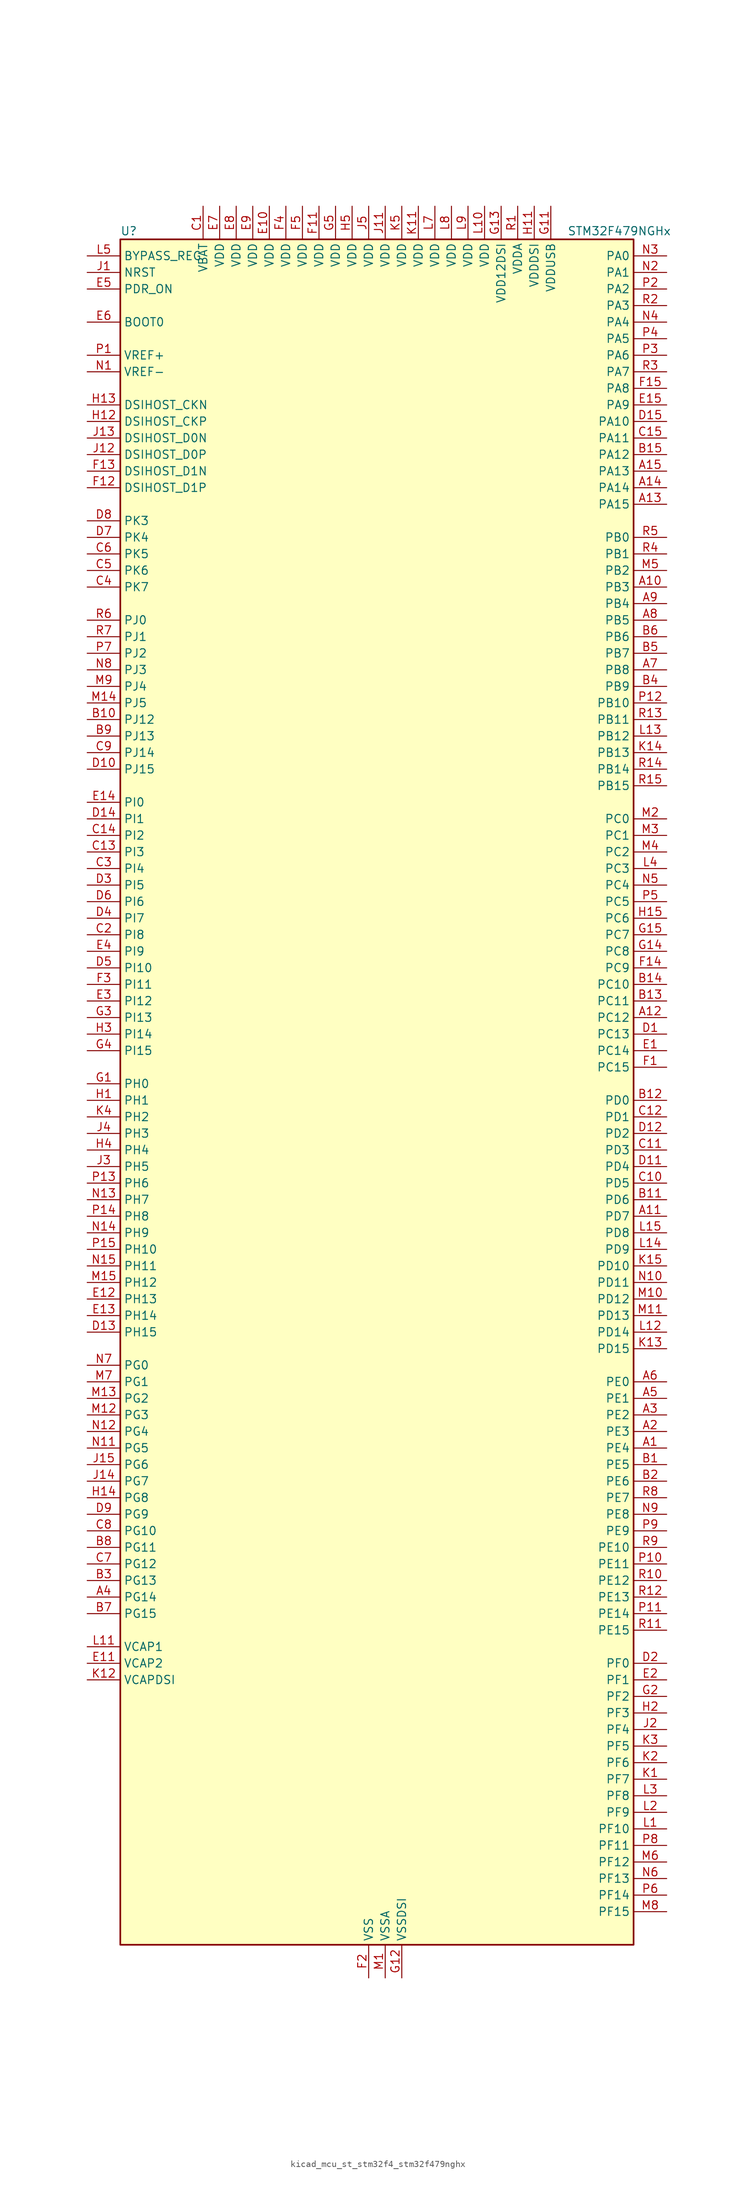
<source format=kicad_sym>
(kicad_symbol_lib
  (version 20220914)
  (generator kicad_symbol_editor)
  (symbol "kicad_mcu_st_stm32f4_stm32f479nghx"
    (property "Reference" "U"
      (at -38.1 133.35 0)
      (effects (font (size 1.27 1.27)) (justify left)))
    (property "Value" "STM32F479NGHx"
      (at 30.48 133.35 0)
      (effects (font (size 1.27 1.27)) (justify left)))
    (property "ki_locked" ""
      (at 0 0 0)
      (effects (font (size 1.27 1.27))))
    (symbol "kicad_mcu_st_stm32f4_stm32f479nghx_0_1"
      (rectangle (start -38.1 -129.54) (end 40.64 132.08) (stroke (width 0.254) (type default)) (fill (type background))))
    (symbol "kicad_mcu_st_stm32f4_stm32f479nghx_1_1"
      (pin bidirectional line (at 45.72 -53.34 180) (length 5.08) (name "PE4" (effects (font (size 1.27 1.27)))) (number "A1" (effects (font (size 1.27 1.27)))) (alternate "DCMI_D4" bidirectional line) (alternate "FMC_A20" bidirectional line) (alternate "LTDC_B0" bidirectional line) (alternate "SAI1_FS_A" bidirectional line) (alternate "SPI4_NSS" bidirectional line) (alternate "SYS_TRACED1" bidirectional line))
      (pin bidirectional line (at 45.72 78.74 180) (length 5.08) (name "PB3" (effects (font (size 1.27 1.27)))) (number "A10" (effects (font (size 1.27 1.27)))) (alternate "I2S3_CK" bidirectional line) (alternate "SPI1_SCK" bidirectional line) (alternate "SPI3_SCK" bidirectional line) (alternate "SYS_JTDO-SWO" bidirectional line) (alternate "TIM2_CH2" bidirectional line))
      (pin bidirectional line (at 45.72 -17.78 180) (length 5.08) (name "PD7" (effects (font (size 1.27 1.27)))) (number "A11" (effects (font (size 1.27 1.27)))) (alternate "FMC_NE1" bidirectional line) (alternate "USART2_CK" bidirectional line))
      (pin bidirectional line (at 45.72 12.7 180) (length 5.08) (name "PC12" (effects (font (size 1.27 1.27)))) (number "A12" (effects (font (size 1.27 1.27)))) (alternate "DCMI_D9" bidirectional line) (alternate "I2S3_SD" bidirectional line) (alternate "SDIO_CK" bidirectional line) (alternate "SPI3_MOSI" bidirectional line) (alternate "SYS_TRACED3" bidirectional line) (alternate "UART5_TX" bidirectional line) (alternate "USART3_CK" bidirectional line))
      (pin bidirectional line (at 45.72 91.44 180) (length 5.08) (name "PA15" (effects (font (size 1.27 1.27)))) (number "A13" (effects (font (size 1.27 1.27)))) (alternate "ADC1_EXTI15" bidirectional line) (alternate "ADC2_EXTI15" bidirectional line) (alternate "ADC3_EXTI15" bidirectional line) (alternate "I2S3_WS" bidirectional line) (alternate "SPI1_NSS" bidirectional line) (alternate "SPI3_NSS" bidirectional line) (alternate "SYS_JTDI" bidirectional line) (alternate "TIM2_CH1" bidirectional line) (alternate "TIM2_ETR" bidirectional line))
      (pin bidirectional line (at 45.72 93.98 180) (length 5.08) (name "PA14" (effects (font (size 1.27 1.27)))) (number "A14" (effects (font (size 1.27 1.27)))) (alternate "SYS_JTCK-SWCLK" bidirectional line))
      (pin bidirectional line (at 45.72 96.52 180) (length 5.08) (name "PA13" (effects (font (size 1.27 1.27)))) (number "A15" (effects (font (size 1.27 1.27)))) (alternate "SYS_JTMS-SWDIO" bidirectional line))
      (pin bidirectional line (at 45.72 -50.8 180) (length 5.08) (name "PE3" (effects (font (size 1.27 1.27)))) (number "A2" (effects (font (size 1.27 1.27)))) (alternate "FMC_A19" bidirectional line) (alternate "SAI1_SD_B" bidirectional line) (alternate "SYS_TRACED0" bidirectional line))
      (pin bidirectional line (at 45.72 -48.26 180) (length 5.08) (name "PE2" (effects (font (size 1.27 1.27)))) (number "A3" (effects (font (size 1.27 1.27)))) (alternate "ETH_TXD3" bidirectional line) (alternate "FMC_A23" bidirectional line) (alternate "QUADSPI_BK1_IO2" bidirectional line) (alternate "SAI1_MCLK_A" bidirectional line) (alternate "SPI4_SCK" bidirectional line) (alternate "SYS_TRACECLK" bidirectional line))
      (pin bidirectional line (at -43.18 -76.2 0) (length 5.08) (name "PG14" (effects (font (size 1.27 1.27)))) (number "A4" (effects (font (size 1.27 1.27)))) (alternate "ETH_TXD1" bidirectional line) (alternate "FMC_A25" bidirectional line) (alternate "LTDC_B0" bidirectional line) (alternate "QUADSPI_BK2_IO3" bidirectional line) (alternate "SPI6_MOSI" bidirectional line) (alternate "SYS_TRACED1" bidirectional line) (alternate "USART6_TX" bidirectional line))
      (pin bidirectional line (at 45.72 -45.72 180) (length 5.08) (name "PE1" (effects (font (size 1.27 1.27)))) (number "A5" (effects (font (size 1.27 1.27)))) (alternate "DCMI_D3" bidirectional line) (alternate "FMC_NBL1" bidirectional line) (alternate "UART8_TX" bidirectional line))
      (pin bidirectional line (at 45.72 -43.18 180) (length 5.08) (name "PE0" (effects (font (size 1.27 1.27)))) (number "A6" (effects (font (size 1.27 1.27)))) (alternate "DCMI_D2" bidirectional line) (alternate "FMC_NBL0" bidirectional line) (alternate "TIM4_ETR" bidirectional line) (alternate "UART8_RX" bidirectional line))
      (pin bidirectional line (at 45.72 66.04 180) (length 5.08) (name "PB8" (effects (font (size 1.27 1.27)))) (number "A7" (effects (font (size 1.27 1.27)))) (alternate "CAN1_RX" bidirectional line) (alternate "DCMI_D6" bidirectional line) (alternate "ETH_TXD3" bidirectional line) (alternate "I2C1_SCL" bidirectional line) (alternate "LTDC_B6" bidirectional line) (alternate "SDIO_D4" bidirectional line) (alternate "TIM10_CH1" bidirectional line) (alternate "TIM4_CH3" bidirectional line))
      (pin bidirectional line (at 45.72 73.66 180) (length 5.08) (name "PB5" (effects (font (size 1.27 1.27)))) (number "A8" (effects (font (size 1.27 1.27)))) (alternate "CAN2_RX" bidirectional line) (alternate "DCMI_D10" bidirectional line) (alternate "ETH_PPS_OUT" bidirectional line) (alternate "FMC_SDCKE1" bidirectional line) (alternate "I2C1_SMBA" bidirectional line) (alternate "I2S3_SD" bidirectional line) (alternate "LTDC_G7" bidirectional line) (alternate "SPI1_MOSI" bidirectional line) (alternate "SPI3_MOSI" bidirectional line) (alternate "TIM3_CH2" bidirectional line) (alternate "USB_OTG_HS_ULPI_D7" bidirectional line))
      (pin bidirectional line (at 45.72 76.2 180) (length 5.08) (name "PB4" (effects (font (size 1.27 1.27)))) (number "A9" (effects (font (size 1.27 1.27)))) (alternate "I2S3_ext_SD" bidirectional line) (alternate "SPI1_MISO" bidirectional line) (alternate "SPI3_MISO" bidirectional line) (alternate "SYS_JTRST" bidirectional line) (alternate "TIM3_CH1" bidirectional line))
      (pin bidirectional line (at 45.72 -55.88 180) (length 5.08) (name "PE5" (effects (font (size 1.27 1.27)))) (number "B1" (effects (font (size 1.27 1.27)))) (alternate "DCMI_D6" bidirectional line) (alternate "FMC_A21" bidirectional line) (alternate "LTDC_G0" bidirectional line) (alternate "SAI1_SCK_A" bidirectional line) (alternate "SPI4_MISO" bidirectional line) (alternate "SYS_TRACED2" bidirectional line) (alternate "TIM9_CH1" bidirectional line))
      (pin bidirectional line (at -43.18 58.42 0) (length 5.08) (name "PJ12" (effects (font (size 1.27 1.27)))) (number "B10" (effects (font (size 1.27 1.27)))) (alternate "LTDC_B0" bidirectional line) (alternate "LTDC_G3" bidirectional line))
      (pin bidirectional line (at 45.72 -15.24 180) (length 5.08) (name "PD6" (effects (font (size 1.27 1.27)))) (number "B11" (effects (font (size 1.27 1.27)))) (alternate "DCMI_D10" bidirectional line) (alternate "FMC_NWAIT" bidirectional line) (alternate "I2S3_SD" bidirectional line) (alternate "LTDC_B2" bidirectional line) (alternate "SAI1_SD_A" bidirectional line) (alternate "SPI3_MOSI" bidirectional line) (alternate "USART2_RX" bidirectional line))
      (pin bidirectional line (at 45.72 0 180) (length 5.08) (name "PD0" (effects (font (size 1.27 1.27)))) (number "B12" (effects (font (size 1.27 1.27)))) (alternate "CAN1_RX" bidirectional line) (alternate "FMC_D2" bidirectional line) (alternate "FMC_DA2" bidirectional line))
      (pin bidirectional line (at 45.72 15.24 180) (length 5.08) (name "PC11" (effects (font (size 1.27 1.27)))) (number "B13" (effects (font (size 1.27 1.27)))) (alternate "ADC1_EXTI11" bidirectional line) (alternate "ADC2_EXTI11" bidirectional line) (alternate "ADC3_EXTI11" bidirectional line) (alternate "DCMI_D4" bidirectional line) (alternate "I2S3_ext_SD" bidirectional line) (alternate "QUADSPI_BK2_NCS" bidirectional line) (alternate "SDIO_D3" bidirectional line) (alternate "SPI3_MISO" bidirectional line) (alternate "UART4_RX" bidirectional line) (alternate "USART3_RX" bidirectional line))
      (pin bidirectional line (at 45.72 17.78 180) (length 5.08) (name "PC10" (effects (font (size 1.27 1.27)))) (number "B14" (effects (font (size 1.27 1.27)))) (alternate "DCMI_D8" bidirectional line) (alternate "I2S3_CK" bidirectional line) (alternate "LTDC_R2" bidirectional line) (alternate "QUADSPI_BK1_IO1" bidirectional line) (alternate "SDIO_D2" bidirectional line) (alternate "SPI3_SCK" bidirectional line) (alternate "UART4_TX" bidirectional line) (alternate "USART3_TX" bidirectional line))
      (pin bidirectional line (at 45.72 99.06 180) (length 5.08) (name "PA12" (effects (font (size 1.27 1.27)))) (number "B15" (effects (font (size 1.27 1.27)))) (alternate "CAN1_TX" bidirectional line) (alternate "LTDC_R5" bidirectional line) (alternate "TIM1_ETR" bidirectional line) (alternate "USART1_RTS" bidirectional line) (alternate "USB_OTG_FS_DP" bidirectional line))
      (pin bidirectional line (at 45.72 -58.42 180) (length 5.08) (name "PE6" (effects (font (size 1.27 1.27)))) (number "B2" (effects (font (size 1.27 1.27)))) (alternate "DCMI_D7" bidirectional line) (alternate "FMC_A22" bidirectional line) (alternate "LTDC_G1" bidirectional line) (alternate "SAI1_SD_A" bidirectional line) (alternate "SPI4_MOSI" bidirectional line) (alternate "SYS_TRACED3" bidirectional line) (alternate "TIM9_CH2" bidirectional line))
      (pin bidirectional line (at -43.18 -73.66 0) (length 5.08) (name "PG13" (effects (font (size 1.27 1.27)))) (number "B3" (effects (font (size 1.27 1.27)))) (alternate "ETH_TXD0" bidirectional line) (alternate "FMC_A24" bidirectional line) (alternate "LTDC_R0" bidirectional line) (alternate "SPI6_SCK" bidirectional line) (alternate "SYS_TRACED0" bidirectional line) (alternate "USART6_CTS" bidirectional line))
      (pin bidirectional line (at 45.72 63.5 180) (length 5.08) (name "PB9" (effects (font (size 1.27 1.27)))) (number "B4" (effects (font (size 1.27 1.27)))) (alternate "CAN1_TX" bidirectional line) (alternate "DAC_EXTI9" bidirectional line) (alternate "DCMI_D7" bidirectional line) (alternate "I2C1_SDA" bidirectional line) (alternate "I2S2_WS" bidirectional line) (alternate "LTDC_B7" bidirectional line) (alternate "SDIO_D5" bidirectional line) (alternate "SPI2_NSS" bidirectional line) (alternate "TIM11_CH1" bidirectional line) (alternate "TIM4_CH4" bidirectional line))
      (pin bidirectional line (at 45.72 68.58 180) (length 5.08) (name "PB7" (effects (font (size 1.27 1.27)))) (number "B5" (effects (font (size 1.27 1.27)))) (alternate "DCMI_VSYNC" bidirectional line) (alternate "FMC_NL" bidirectional line) (alternate "I2C1_SDA" bidirectional line) (alternate "TIM4_CH2" bidirectional line) (alternate "USART1_RX" bidirectional line))
      (pin bidirectional line (at 45.72 71.12 180) (length 5.08) (name "PB6" (effects (font (size 1.27 1.27)))) (number "B6" (effects (font (size 1.27 1.27)))) (alternate "CAN2_TX" bidirectional line) (alternate "DCMI_D5" bidirectional line) (alternate "FMC_SDNE1" bidirectional line) (alternate "I2C1_SCL" bidirectional line) (alternate "QUADSPI_BK1_NCS" bidirectional line) (alternate "TIM4_CH1" bidirectional line) (alternate "USART1_TX" bidirectional line))
      (pin bidirectional line (at -43.18 -78.74 0) (length 5.08) (name "PG15" (effects (font (size 1.27 1.27)))) (number "B7" (effects (font (size 1.27 1.27)))) (alternate "ADC1_EXTI15" bidirectional line) (alternate "ADC2_EXTI15" bidirectional line) (alternate "ADC3_EXTI15" bidirectional line) (alternate "DCMI_D13" bidirectional line) (alternate "FMC_SDNCAS" bidirectional line) (alternate "USART6_CTS" bidirectional line))
      (pin bidirectional line (at -43.18 -68.58 0) (length 5.08) (name "PG11" (effects (font (size 1.27 1.27)))) (number "B8" (effects (font (size 1.27 1.27)))) (alternate "ADC1_EXTI11" bidirectional line) (alternate "ADC2_EXTI11" bidirectional line) (alternate "ADC3_EXTI11" bidirectional line) (alternate "DCMI_D3" bidirectional line) (alternate "ETH_TX_EN" bidirectional line) (alternate "LTDC_B3" bidirectional line))
      (pin bidirectional line (at -43.18 55.88 0) (length 5.08) (name "PJ13" (effects (font (size 1.27 1.27)))) (number "B9" (effects (font (size 1.27 1.27)))) (alternate "LTDC_B1" bidirectional line) (alternate "LTDC_G4" bidirectional line))
      (pin power_in line (at -25.4 137.16 270) (length 5.08) (name "VBAT" (effects (font (size 1.27 1.27)))) (number "C1" (effects (font (size 1.27 1.27)))))
      (pin bidirectional line (at 45.72 -12.7 180) (length 5.08) (name "PD5" (effects (font (size 1.27 1.27)))) (number "C10" (effects (font (size 1.27 1.27)))) (alternate "FMC_NWE" bidirectional line) (alternate "USART2_TX" bidirectional line))
      (pin bidirectional line (at 45.72 -7.62 180) (length 5.08) (name "PD3" (effects (font (size 1.27 1.27)))) (number "C11" (effects (font (size 1.27 1.27)))) (alternate "DCMI_D5" bidirectional line) (alternate "FMC_CLK" bidirectional line) (alternate "I2S2_CK" bidirectional line) (alternate "LTDC_G7" bidirectional line) (alternate "SPI2_SCK" bidirectional line) (alternate "USART2_CTS" bidirectional line))
      (pin bidirectional line (at 45.72 -2.54 180) (length 5.08) (name "PD1" (effects (font (size 1.27 1.27)))) (number "C12" (effects (font (size 1.27 1.27)))) (alternate "CAN1_TX" bidirectional line) (alternate "FMC_D3" bidirectional line) (alternate "FMC_DA3" bidirectional line))
      (pin bidirectional line (at -43.18 38.1 0) (length 5.08) (name "PI3" (effects (font (size 1.27 1.27)))) (number "C13" (effects (font (size 1.27 1.27)))) (alternate "DCMI_D10" bidirectional line) (alternate "FMC_D27" bidirectional line) (alternate "I2S2_SD" bidirectional line) (alternate "SPI2_MOSI" bidirectional line) (alternate "TIM8_ETR" bidirectional line))
      (pin bidirectional line (at -43.18 40.64 0) (length 5.08) (name "PI2" (effects (font (size 1.27 1.27)))) (number "C14" (effects (font (size 1.27 1.27)))) (alternate "DCMI_D9" bidirectional line) (alternate "FMC_D26" bidirectional line) (alternate "I2S2_ext_SD" bidirectional line) (alternate "LTDC_G7" bidirectional line) (alternate "SPI2_MISO" bidirectional line) (alternate "TIM8_CH4" bidirectional line))
      (pin bidirectional line (at 45.72 101.6 180) (length 5.08) (name "PA11" (effects (font (size 1.27 1.27)))) (number "C15" (effects (font (size 1.27 1.27)))) (alternate "ADC1_EXTI11" bidirectional line) (alternate "ADC2_EXTI11" bidirectional line) (alternate "ADC3_EXTI11" bidirectional line) (alternate "CAN1_RX" bidirectional line) (alternate "LTDC_R4" bidirectional line) (alternate "TIM1_CH4" bidirectional line) (alternate "USART1_CTS" bidirectional line) (alternate "USB_OTG_FS_DM" bidirectional line))
      (pin bidirectional line (at -43.18 25.4 0) (length 5.08) (name "PI8" (effects (font (size 1.27 1.27)))) (number "C2" (effects (font (size 1.27 1.27)))) (alternate "RTC_AF1" bidirectional line) (alternate "RTC_AF2" bidirectional line))
      (pin bidirectional line (at -43.18 35.56 0) (length 5.08) (name "PI4" (effects (font (size 1.27 1.27)))) (number "C3" (effects (font (size 1.27 1.27)))) (alternate "DCMI_D5" bidirectional line) (alternate "FMC_NBL2" bidirectional line) (alternate "LTDC_B4" bidirectional line) (alternate "TIM8_BKIN" bidirectional line))
      (pin bidirectional line (at -43.18 78.74 0) (length 5.08) (name "PK7" (effects (font (size 1.27 1.27)))) (number "C4" (effects (font (size 1.27 1.27)))) (alternate "LTDC_DE" bidirectional line))
      (pin bidirectional line (at -43.18 81.28 0) (length 5.08) (name "PK6" (effects (font (size 1.27 1.27)))) (number "C5" (effects (font (size 1.27 1.27)))) (alternate "LTDC_B7" bidirectional line))
      (pin bidirectional line (at -43.18 83.82 0) (length 5.08) (name "PK5" (effects (font (size 1.27 1.27)))) (number "C6" (effects (font (size 1.27 1.27)))) (alternate "LTDC_B6" bidirectional line))
      (pin bidirectional line (at -43.18 -71.12 0) (length 5.08) (name "PG12" (effects (font (size 1.27 1.27)))) (number "C7" (effects (font (size 1.27 1.27)))) (alternate "FMC_NE4" bidirectional line) (alternate "LTDC_B1" bidirectional line) (alternate "LTDC_B4" bidirectional line) (alternate "SPI6_MISO" bidirectional line) (alternate "USART6_RTS" bidirectional line))
      (pin bidirectional line (at -43.18 -66.04 0) (length 5.08) (name "PG10" (effects (font (size 1.27 1.27)))) (number "C8" (effects (font (size 1.27 1.27)))) (alternate "DCMI_D2" bidirectional line) (alternate "FMC_NE3" bidirectional line) (alternate "LTDC_B2" bidirectional line) (alternate "LTDC_G3" bidirectional line))
      (pin bidirectional line (at -43.18 53.34 0) (length 5.08) (name "PJ14" (effects (font (size 1.27 1.27)))) (number "C9" (effects (font (size 1.27 1.27)))) (alternate "LTDC_B2" bidirectional line))
      (pin bidirectional line (at 45.72 10.16 180) (length 5.08) (name "PC13" (effects (font (size 1.27 1.27)))) (number "D1" (effects (font (size 1.27 1.27)))) (alternate "RTC_AF1" bidirectional line))
      (pin bidirectional line (at -43.18 50.8 0) (length 5.08) (name "PJ15" (effects (font (size 1.27 1.27)))) (number "D10" (effects (font (size 1.27 1.27)))) (alternate "ADC1_EXTI15" bidirectional line) (alternate "ADC2_EXTI15" bidirectional line) (alternate "ADC3_EXTI15" bidirectional line) (alternate "LTDC_B3" bidirectional line))
      (pin bidirectional line (at 45.72 -10.16 180) (length 5.08) (name "PD4" (effects (font (size 1.27 1.27)))) (number "D11" (effects (font (size 1.27 1.27)))) (alternate "FMC_NOE" bidirectional line) (alternate "USART2_RTS" bidirectional line))
      (pin bidirectional line (at 45.72 -5.08 180) (length 5.08) (name "PD2" (effects (font (size 1.27 1.27)))) (number "D12" (effects (font (size 1.27 1.27)))) (alternate "DCMI_D11" bidirectional line) (alternate "SDIO_CMD" bidirectional line) (alternate "SYS_TRACED2" bidirectional line) (alternate "TIM3_ETR" bidirectional line) (alternate "UART5_RX" bidirectional line))
      (pin bidirectional line (at -43.18 -35.56 0) (length 5.08) (name "PH15" (effects (font (size 1.27 1.27)))) (number "D13" (effects (font (size 1.27 1.27)))) (alternate "ADC1_EXTI15" bidirectional line) (alternate "ADC2_EXTI15" bidirectional line) (alternate "ADC3_EXTI15" bidirectional line) (alternate "DCMI_D11" bidirectional line) (alternate "FMC_D23" bidirectional line) (alternate "LTDC_G4" bidirectional line) (alternate "TIM8_CH3N" bidirectional line))
      (pin bidirectional line (at -43.18 43.18 0) (length 5.08) (name "PI1" (effects (font (size 1.27 1.27)))) (number "D14" (effects (font (size 1.27 1.27)))) (alternate "DCMI_D8" bidirectional line) (alternate "FMC_D25" bidirectional line) (alternate "I2S2_CK" bidirectional line) (alternate "LTDC_G6" bidirectional line) (alternate "SPI2_SCK" bidirectional line))
      (pin bidirectional line (at 45.72 104.14 180) (length 5.08) (name "PA10" (effects (font (size 1.27 1.27)))) (number "D15" (effects (font (size 1.27 1.27)))) (alternate "DCMI_D1" bidirectional line) (alternate "TIM1_CH3" bidirectional line) (alternate "USART1_RX" bidirectional line) (alternate "USB_OTG_FS_ID" bidirectional line))
      (pin bidirectional line (at 45.72 -86.36 180) (length 5.08) (name "PF0" (effects (font (size 1.27 1.27)))) (number "D2" (effects (font (size 1.27 1.27)))) (alternate "FMC_A0" bidirectional line) (alternate "I2C2_SDA" bidirectional line))
      (pin bidirectional line (at -43.18 33.02 0) (length 5.08) (name "PI5" (effects (font (size 1.27 1.27)))) (number "D3" (effects (font (size 1.27 1.27)))) (alternate "DCMI_VSYNC" bidirectional line) (alternate "FMC_NBL3" bidirectional line) (alternate "LTDC_B5" bidirectional line) (alternate "TIM8_CH1" bidirectional line))
      (pin bidirectional line (at -43.18 27.94 0) (length 5.08) (name "PI7" (effects (font (size 1.27 1.27)))) (number "D4" (effects (font (size 1.27 1.27)))) (alternate "DCMI_D7" bidirectional line) (alternate "FMC_D29" bidirectional line) (alternate "LTDC_B7" bidirectional line) (alternate "TIM8_CH3" bidirectional line))
      (pin bidirectional line (at -43.18 20.32 0) (length 5.08) (name "PI10" (effects (font (size 1.27 1.27)))) (number "D5" (effects (font (size 1.27 1.27)))) (alternate "ETH_RX_ER" bidirectional line) (alternate "FMC_D31" bidirectional line) (alternate "LTDC_HSYNC" bidirectional line))
      (pin bidirectional line (at -43.18 30.48 0) (length 5.08) (name "PI6" (effects (font (size 1.27 1.27)))) (number "D6" (effects (font (size 1.27 1.27)))) (alternate "DCMI_D6" bidirectional line) (alternate "FMC_D28" bidirectional line) (alternate "LTDC_B6" bidirectional line) (alternate "TIM8_CH2" bidirectional line))
      (pin bidirectional line (at -43.18 86.36 0) (length 5.08) (name "PK4" (effects (font (size 1.27 1.27)))) (number "D7" (effects (font (size 1.27 1.27)))) (alternate "LTDC_B5" bidirectional line))
      (pin bidirectional line (at -43.18 88.9 0) (length 5.08) (name "PK3" (effects (font (size 1.27 1.27)))) (number "D8" (effects (font (size 1.27 1.27)))) (alternate "LTDC_B4" bidirectional line))
      (pin bidirectional line (at -43.18 -63.5 0) (length 5.08) (name "PG9" (effects (font (size 1.27 1.27)))) (number "D9" (effects (font (size 1.27 1.27)))) (alternate "DAC_EXTI9" bidirectional line) (alternate "DCMI_VSYNC" bidirectional line) (alternate "FMC_NCE" bidirectional line) (alternate "FMC_NE2" bidirectional line) (alternate "QUADSPI_BK2_IO2" bidirectional line) (alternate "USART6_RX" bidirectional line))
      (pin bidirectional line (at 45.72 7.62 180) (length 5.08) (name "PC14" (effects (font (size 1.27 1.27)))) (number "E1" (effects (font (size 1.27 1.27)))) (alternate "RCC_OSC32_IN" bidirectional line))
      (pin power_in line (at -15.24 137.16 270) (length 5.08) (name "VDD" (effects (font (size 1.27 1.27)))) (number "E10" (effects (font (size 1.27 1.27)))))
      (pin power_out line (at -43.18 -86.36 0) (length 5.08) (name "VCAP2" (effects (font (size 1.27 1.27)))) (number "E11" (effects (font (size 1.27 1.27)))))
      (pin bidirectional line (at -43.18 -30.48 0) (length 5.08) (name "PH13" (effects (font (size 1.27 1.27)))) (number "E12" (effects (font (size 1.27 1.27)))) (alternate "CAN1_TX" bidirectional line) (alternate "FMC_D21" bidirectional line) (alternate "LTDC_G2" bidirectional line) (alternate "TIM8_CH1N" bidirectional line))
      (pin bidirectional line (at -43.18 -33.02 0) (length 5.08) (name "PH14" (effects (font (size 1.27 1.27)))) (number "E13" (effects (font (size 1.27 1.27)))) (alternate "DCMI_D4" bidirectional line) (alternate "FMC_D22" bidirectional line) (alternate "LTDC_G3" bidirectional line) (alternate "TIM8_CH2N" bidirectional line))
      (pin bidirectional line (at -43.18 45.72 0) (length 5.08) (name "PI0" (effects (font (size 1.27 1.27)))) (number "E14" (effects (font (size 1.27 1.27)))) (alternate "DCMI_D13" bidirectional line) (alternate "FMC_D24" bidirectional line) (alternate "I2S2_WS" bidirectional line) (alternate "LTDC_G5" bidirectional line) (alternate "SPI2_NSS" bidirectional line) (alternate "TIM5_CH4" bidirectional line))
      (pin bidirectional line (at 45.72 106.68 180) (length 5.08) (name "PA9" (effects (font (size 1.27 1.27)))) (number "E15" (effects (font (size 1.27 1.27)))) (alternate "DAC_EXTI9" bidirectional line) (alternate "DCMI_D0" bidirectional line) (alternate "I2C3_SMBA" bidirectional line) (alternate "I2S2_CK" bidirectional line) (alternate "SPI2_SCK" bidirectional line) (alternate "TIM1_CH2" bidirectional line) (alternate "USART1_TX" bidirectional line) (alternate "USB_OTG_FS_VBUS" bidirectional line))
      (pin bidirectional line (at 45.72 -88.9 180) (length 5.08) (name "PF1" (effects (font (size 1.27 1.27)))) (number "E2" (effects (font (size 1.27 1.27)))) (alternate "FMC_A1" bidirectional line) (alternate "I2C2_SCL" bidirectional line))
      (pin bidirectional line (at -43.18 15.24 0) (length 5.08) (name "PI12" (effects (font (size 1.27 1.27)))) (number "E3" (effects (font (size 1.27 1.27)))) (alternate "LTDC_HSYNC" bidirectional line))
      (pin bidirectional line (at -43.18 22.86 0) (length 5.08) (name "PI9" (effects (font (size 1.27 1.27)))) (number "E4" (effects (font (size 1.27 1.27)))) (alternate "CAN1_RX" bidirectional line) (alternate "DAC_EXTI9" bidirectional line) (alternate "FMC_D30" bidirectional line) (alternate "LTDC_VSYNC" bidirectional line))
      (pin input line (at -43.18 124.46 0) (length 5.08) (name "PDR_ON" (effects (font (size 1.27 1.27)))) (number "E5" (effects (font (size 1.27 1.27)))))
      (pin input line (at -43.18 119.38 0) (length 5.08) (name "BOOT0" (effects (font (size 1.27 1.27)))) (number "E6" (effects (font (size 1.27 1.27)))))
      (pin power_in line (at -22.86 137.16 270) (length 5.08) (name "VDD" (effects (font (size 1.27 1.27)))) (number "E7" (effects (font (size 1.27 1.27)))))
      (pin power_in line (at -20.32 137.16 270) (length 5.08) (name "VDD" (effects (font (size 1.27 1.27)))) (number "E8" (effects (font (size 1.27 1.27)))))
      (pin power_in line (at -17.78 137.16 270) (length 5.08) (name "VDD" (effects (font (size 1.27 1.27)))) (number "E9" (effects (font (size 1.27 1.27)))))
      (pin bidirectional line (at 45.72 5.08 180) (length 5.08) (name "PC15" (effects (font (size 1.27 1.27)))) (number "F1" (effects (font (size 1.27 1.27)))) (alternate "ADC1_EXTI15" bidirectional line) (alternate "ADC2_EXTI15" bidirectional line) (alternate "ADC3_EXTI15" bidirectional line) (alternate "RCC_OSC32_OUT" bidirectional line))
      (pin passive line (at 0 -134.62 90) (length 5.08) hide (name "VSS" (effects (font (size 1.27 1.27)))) (number "F10" (effects (font (size 1.27 1.27)))))
      (pin power_in line (at -7.62 137.16 270) (length 5.08) (name "VDD" (effects (font (size 1.27 1.27)))) (number "F11" (effects (font (size 1.27 1.27)))))
      (pin bidirectional line (at -43.18 93.98 0) (length 5.08) (name "DSIHOST_D1P" (effects (font (size 1.27 1.27)))) (number "F12" (effects (font (size 1.27 1.27)))) (alternate "DSIHOST_D1P" bidirectional line))
      (pin bidirectional line (at -43.18 96.52 0) (length 5.08) (name "DSIHOST_D1N" (effects (font (size 1.27 1.27)))) (number "F13" (effects (font (size 1.27 1.27)))) (alternate "DSIHOST_D1N" bidirectional line))
      (pin bidirectional line (at 45.72 20.32 180) (length 5.08) (name "PC9" (effects (font (size 1.27 1.27)))) (number "F14" (effects (font (size 1.27 1.27)))) (alternate "DAC_EXTI9" bidirectional line) (alternate "DCMI_D3" bidirectional line) (alternate "I2C3_SDA" bidirectional line) (alternate "I2S_CKIN" bidirectional line) (alternate "QUADSPI_BK1_IO0" bidirectional line) (alternate "RCC_MCO_2" bidirectional line) (alternate "SDIO_D1" bidirectional line) (alternate "TIM3_CH4" bidirectional line) (alternate "TIM8_CH4" bidirectional line))
      (pin bidirectional line (at 45.72 109.22 180) (length 5.08) (name "PA8" (effects (font (size 1.27 1.27)))) (number "F15" (effects (font (size 1.27 1.27)))) (alternate "I2C3_SCL" bidirectional line) (alternate "LTDC_R6" bidirectional line) (alternate "RCC_MCO_1" bidirectional line) (alternate "TIM1_CH1" bidirectional line) (alternate "USART1_CK" bidirectional line) (alternate "USB_OTG_FS_SOF" bidirectional line))
      (pin power_in line (at 0 -134.62 90) (length 5.08) (name "VSS" (effects (font (size 1.27 1.27)))) (number "F2" (effects (font (size 1.27 1.27)))))
      (pin bidirectional line (at -43.18 17.78 0) (length 5.08) (name "PI11" (effects (font (size 1.27 1.27)))) (number "F3" (effects (font (size 1.27 1.27)))) (alternate "ADC1_EXTI11" bidirectional line) (alternate "ADC2_EXTI11" bidirectional line) (alternate "ADC3_EXTI11" bidirectional line) (alternate "LTDC_G6" bidirectional line) (alternate "USB_OTG_HS_ULPI_DIR" bidirectional line))
      (pin power_in line (at -12.7 137.16 270) (length 5.08) (name "VDD" (effects (font (size 1.27 1.27)))) (number "F4" (effects (font (size 1.27 1.27)))))
      (pin power_in line (at -10.16 137.16 270) (length 5.08) (name "VDD" (effects (font (size 1.27 1.27)))) (number "F5" (effects (font (size 1.27 1.27)))))
      (pin passive line (at 0 -134.62 90) (length 5.08) hide (name "VSS" (effects (font (size 1.27 1.27)))) (number "F6" (effects (font (size 1.27 1.27)))))
      (pin passive line (at 0 -134.62 90) (length 5.08) hide (name "VSS" (effects (font (size 1.27 1.27)))) (number "F7" (effects (font (size 1.27 1.27)))))
      (pin passive line (at 0 -134.62 90) (length 5.08) hide (name "VSS" (effects (font (size 1.27 1.27)))) (number "F8" (effects (font (size 1.27 1.27)))))
      (pin passive line (at 0 -134.62 90) (length 5.08) hide (name "VSS" (effects (font (size 1.27 1.27)))) (number "F9" (effects (font (size 1.27 1.27)))))
      (pin bidirectional line (at -43.18 2.54 0) (length 5.08) (name "PH0" (effects (font (size 1.27 1.27)))) (number "G1" (effects (font (size 1.27 1.27)))) (alternate "RCC_OSC_IN" bidirectional line))
      (pin passive line (at 0 -134.62 90) (length 5.08) hide (name "VSS" (effects (font (size 1.27 1.27)))) (number "G10" (effects (font (size 1.27 1.27)))))
      (pin power_in line (at 27.94 137.16 270) (length 5.08) (name "VDDUSB" (effects (font (size 1.27 1.27)))) (number "G11" (effects (font (size 1.27 1.27)))))
      (pin power_in line (at 5.08 -134.62 90) (length 5.08) (name "VSSDSI" (effects (font (size 1.27 1.27)))) (number "G12" (effects (font (size 1.27 1.27)))))
      (pin power_in line (at 20.32 137.16 270) (length 5.08) (name "VDD12DSI" (effects (font (size 1.27 1.27)))) (number "G13" (effects (font (size 1.27 1.27)))))
      (pin bidirectional line (at 45.72 22.86 180) (length 5.08) (name "PC8" (effects (font (size 1.27 1.27)))) (number "G14" (effects (font (size 1.27 1.27)))) (alternate "DCMI_D2" bidirectional line) (alternate "SDIO_D0" bidirectional line) (alternate "SYS_TRACED1" bidirectional line) (alternate "TIM3_CH3" bidirectional line) (alternate "TIM8_CH3" bidirectional line) (alternate "USART6_CK" bidirectional line))
      (pin bidirectional line (at 45.72 25.4 180) (length 5.08) (name "PC7" (effects (font (size 1.27 1.27)))) (number "G15" (effects (font (size 1.27 1.27)))) (alternate "DCMI_D1" bidirectional line) (alternate "I2S3_MCK" bidirectional line) (alternate "LTDC_G6" bidirectional line) (alternate "SDIO_D7" bidirectional line) (alternate "TIM3_CH2" bidirectional line) (alternate "TIM8_CH2" bidirectional line) (alternate "USART6_RX" bidirectional line))
      (pin bidirectional line (at 45.72 -91.44 180) (length 5.08) (name "PF2" (effects (font (size 1.27 1.27)))) (number "G2" (effects (font (size 1.27 1.27)))) (alternate "FMC_A2" bidirectional line) (alternate "I2C2_SMBA" bidirectional line))
      (pin bidirectional line (at -43.18 12.7 0) (length 5.08) (name "PI13" (effects (font (size 1.27 1.27)))) (number "G3" (effects (font (size 1.27 1.27)))) (alternate "LTDC_VSYNC" bidirectional line))
      (pin bidirectional line (at -43.18 7.62 0) (length 5.08) (name "PI15" (effects (font (size 1.27 1.27)))) (number "G4" (effects (font (size 1.27 1.27)))) (alternate "ADC1_EXTI15" bidirectional line) (alternate "ADC2_EXTI15" bidirectional line) (alternate "ADC3_EXTI15" bidirectional line) (alternate "LTDC_G2" bidirectional line) (alternate "LTDC_R0" bidirectional line))
      (pin power_in line (at -5.08 137.16 270) (length 5.08) (name "VDD" (effects (font (size 1.27 1.27)))) (number "G5" (effects (font (size 1.27 1.27)))))
      (pin passive line (at 0 -134.62 90) (length 5.08) hide (name "VSS" (effects (font (size 1.27 1.27)))) (number "G6" (effects (font (size 1.27 1.27)))))
      (pin bidirectional line (at -43.18 0 0) (length 5.08) (name "PH1" (effects (font (size 1.27 1.27)))) (number "H1" (effects (font (size 1.27 1.27)))) (alternate "RCC_OSC_OUT" bidirectional line))
      (pin passive line (at 0 -134.62 90) (length 5.08) hide (name "VSS" (effects (font (size 1.27 1.27)))) (number "H10" (effects (font (size 1.27 1.27)))))
      (pin power_in line (at 25.4 137.16 270) (length 5.08) (name "VDDDSI" (effects (font (size 1.27 1.27)))) (number "H11" (effects (font (size 1.27 1.27)))))
      (pin bidirectional line (at -43.18 104.14 0) (length 5.08) (name "DSIHOST_CKP" (effects (font (size 1.27 1.27)))) (number "H12" (effects (font (size 1.27 1.27)))) (alternate "DSIHOST_CKP" bidirectional line))
      (pin bidirectional line (at -43.18 106.68 0) (length 5.08) (name "DSIHOST_CKN" (effects (font (size 1.27 1.27)))) (number "H13" (effects (font (size 1.27 1.27)))) (alternate "DSIHOST_CKN" bidirectional line))
      (pin bidirectional line (at -43.18 -60.96 0) (length 5.08) (name "PG8" (effects (font (size 1.27 1.27)))) (number "H14" (effects (font (size 1.27 1.27)))) (alternate "ETH_PPS_OUT" bidirectional line) (alternate "FMC_SDCLK" bidirectional line) (alternate "LTDC_G7" bidirectional line) (alternate "SPI6_NSS" bidirectional line) (alternate "USART6_RTS" bidirectional line))
      (pin bidirectional line (at 45.72 27.94 180) (length 5.08) (name "PC6" (effects (font (size 1.27 1.27)))) (number "H15" (effects (font (size 1.27 1.27)))) (alternate "DCMI_D0" bidirectional line) (alternate "I2S2_MCK" bidirectional line) (alternate "LTDC_HSYNC" bidirectional line) (alternate "SDIO_D6" bidirectional line) (alternate "TIM3_CH1" bidirectional line) (alternate "TIM8_CH1" bidirectional line) (alternate "USART6_TX" bidirectional line))
      (pin bidirectional line (at 45.72 -93.98 180) (length 5.08) (name "PF3" (effects (font (size 1.27 1.27)))) (number "H2" (effects (font (size 1.27 1.27)))) (alternate "ADC3_IN9" bidirectional line) (alternate "FMC_A3" bidirectional line))
      (pin bidirectional line (at -43.18 10.16 0) (length 5.08) (name "PI14" (effects (font (size 1.27 1.27)))) (number "H3" (effects (font (size 1.27 1.27)))) (alternate "LTDC_CLK" bidirectional line))
      (pin bidirectional line (at -43.18 -7.62 0) (length 5.08) (name "PH4" (effects (font (size 1.27 1.27)))) (number "H4" (effects (font (size 1.27 1.27)))) (alternate "I2C2_SCL" bidirectional line) (alternate "LTDC_G4" bidirectional line) (alternate "LTDC_G5" bidirectional line) (alternate "USB_OTG_HS_ULPI_NXT" bidirectional line))
      (pin power_in line (at -2.54 137.16 270) (length 5.08) (name "VDD" (effects (font (size 1.27 1.27)))) (number "H5" (effects (font (size 1.27 1.27)))))
      (pin passive line (at 0 -134.62 90) (length 5.08) hide (name "VSS" (effects (font (size 1.27 1.27)))) (number "H6" (effects (font (size 1.27 1.27)))))
      (pin input line (at -43.18 127 0) (length 5.08) (name "NRST" (effects (font (size 1.27 1.27)))) (number "J1" (effects (font (size 1.27 1.27)))))
      (pin passive line (at 0 -134.62 90) (length 5.08) hide (name "VSS" (effects (font (size 1.27 1.27)))) (number "J10" (effects (font (size 1.27 1.27)))))
      (pin power_in line (at 2.54 137.16 270) (length 5.08) (name "VDD" (effects (font (size 1.27 1.27)))) (number "J11" (effects (font (size 1.27 1.27)))))
      (pin bidirectional line (at -43.18 99.06 0) (length 5.08) (name "DSIHOST_D0P" (effects (font (size 1.27 1.27)))) (number "J12" (effects (font (size 1.27 1.27)))) (alternate "DSIHOST_D0P" bidirectional line))
      (pin bidirectional line (at -43.18 101.6 0) (length 5.08) (name "DSIHOST_D0N" (effects (font (size 1.27 1.27)))) (number "J13" (effects (font (size 1.27 1.27)))) (alternate "DSIHOST_D0N" bidirectional line))
      (pin bidirectional line (at -43.18 -58.42 0) (length 5.08) (name "PG7" (effects (font (size 1.27 1.27)))) (number "J14" (effects (font (size 1.27 1.27)))) (alternate "DCMI_D13" bidirectional line) (alternate "FMC_INT" bidirectional line) (alternate "LTDC_CLK" bidirectional line) (alternate "SAI1_MCLK_A" bidirectional line) (alternate "USART6_CK" bidirectional line))
      (pin bidirectional line (at -43.18 -55.88 0) (length 5.08) (name "PG6" (effects (font (size 1.27 1.27)))) (number "J15" (effects (font (size 1.27 1.27)))) (alternate "DCMI_D12" bidirectional line) (alternate "LTDC_R7" bidirectional line))
      (pin bidirectional line (at 45.72 -96.52 180) (length 5.08) (name "PF4" (effects (font (size 1.27 1.27)))) (number "J2" (effects (font (size 1.27 1.27)))) (alternate "ADC3_IN14" bidirectional line) (alternate "FMC_A4" bidirectional line))
      (pin bidirectional line (at -43.18 -10.16 0) (length 5.08) (name "PH5" (effects (font (size 1.27 1.27)))) (number "J3" (effects (font (size 1.27 1.27)))) (alternate "FMC_SDNWE" bidirectional line) (alternate "I2C2_SDA" bidirectional line) (alternate "SPI5_NSS" bidirectional line))
      (pin bidirectional line (at -43.18 -5.08 0) (length 5.08) (name "PH3" (effects (font (size 1.27 1.27)))) (number "J4" (effects (font (size 1.27 1.27)))) (alternate "ETH_COL" bidirectional line) (alternate "FMC_SDNE0" bidirectional line) (alternate "LTDC_R1" bidirectional line) (alternate "QUADSPI_BK2_IO1" bidirectional line))
      (pin power_in line (at 0 137.16 270) (length 5.08) (name "VDD" (effects (font (size 1.27 1.27)))) (number "J5" (effects (font (size 1.27 1.27)))))
      (pin passive line (at 0 -134.62 90) (length 5.08) hide (name "VSS" (effects (font (size 1.27 1.27)))) (number "J6" (effects (font (size 1.27 1.27)))))
      (pin bidirectional line (at 45.72 -104.14 180) (length 5.08) (name "PF7" (effects (font (size 1.27 1.27)))) (number "K1" (effects (font (size 1.27 1.27)))) (alternate "ADC3_IN5" bidirectional line) (alternate "QUADSPI_BK1_IO2" bidirectional line) (alternate "SAI1_MCLK_B" bidirectional line) (alternate "SPI5_SCK" bidirectional line) (alternate "TIM11_CH1" bidirectional line) (alternate "UART7_TX" bidirectional line))
      (pin passive line (at 0 -134.62 90) (length 5.08) hide (name "VSS" (effects (font (size 1.27 1.27)))) (number "K10" (effects (font (size 1.27 1.27)))))
      (pin power_in line (at 7.62 137.16 270) (length 5.08) (name "VDD" (effects (font (size 1.27 1.27)))) (number "K11" (effects (font (size 1.27 1.27)))))
      (pin power_out line (at -43.18 -88.9 0) (length 5.08) (name "VCAPDSI" (effects (font (size 1.27 1.27)))) (number "K12" (effects (font (size 1.27 1.27)))))
      (pin bidirectional line (at 45.72 -38.1 180) (length 5.08) (name "PD15" (effects (font (size 1.27 1.27)))) (number "K13" (effects (font (size 1.27 1.27)))) (alternate "ADC1_EXTI15" bidirectional line) (alternate "ADC2_EXTI15" bidirectional line) (alternate "ADC3_EXTI15" bidirectional line) (alternate "FMC_D1" bidirectional line) (alternate "FMC_DA1" bidirectional line) (alternate "TIM4_CH4" bidirectional line))
      (pin bidirectional line (at 45.72 53.34 180) (length 5.08) (name "PB13" (effects (font (size 1.27 1.27)))) (number "K14" (effects (font (size 1.27 1.27)))) (alternate "CAN2_TX" bidirectional line) (alternate "ETH_TXD1" bidirectional line) (alternate "I2S2_CK" bidirectional line) (alternate "SPI2_SCK" bidirectional line) (alternate "TIM1_CH1N" bidirectional line) (alternate "USART3_CTS" bidirectional line) (alternate "USB_OTG_HS_ULPI_D6" bidirectional line) (alternate "USB_OTG_HS_VBUS" bidirectional line))
      (pin bidirectional line (at 45.72 -25.4 180) (length 5.08) (name "PD10" (effects (font (size 1.27 1.27)))) (number "K15" (effects (font (size 1.27 1.27)))) (alternate "FMC_D15" bidirectional line) (alternate "FMC_DA15" bidirectional line) (alternate "LTDC_B3" bidirectional line) (alternate "USART3_CK" bidirectional line))
      (pin bidirectional line (at 45.72 -101.6 180) (length 5.08) (name "PF6" (effects (font (size 1.27 1.27)))) (number "K2" (effects (font (size 1.27 1.27)))) (alternate "ADC3_IN4" bidirectional line) (alternate "QUADSPI_BK1_IO3" bidirectional line) (alternate "SAI1_SD_B" bidirectional line) (alternate "SPI5_NSS" bidirectional line) (alternate "TIM10_CH1" bidirectional line) (alternate "UART7_RX" bidirectional line))
      (pin bidirectional line (at 45.72 -99.06 180) (length 5.08) (name "PF5" (effects (font (size 1.27 1.27)))) (number "K3" (effects (font (size 1.27 1.27)))) (alternate "ADC3_IN15" bidirectional line) (alternate "FMC_A5" bidirectional line))
      (pin bidirectional line (at -43.18 -2.54 0) (length 5.08) (name "PH2" (effects (font (size 1.27 1.27)))) (number "K4" (effects (font (size 1.27 1.27)))) (alternate "ETH_CRS" bidirectional line) (alternate "FMC_SDCKE0" bidirectional line) (alternate "LTDC_R0" bidirectional line) (alternate "QUADSPI_BK2_IO0" bidirectional line))
      (pin power_in line (at 5.08 137.16 270) (length 5.08) (name "VDD" (effects (font (size 1.27 1.27)))) (number "K5" (effects (font (size 1.27 1.27)))))
      (pin passive line (at 0 -134.62 90) (length 5.08) hide (name "VSS" (effects (font (size 1.27 1.27)))) (number "K6" (effects (font (size 1.27 1.27)))))
      (pin passive line (at 0 -134.62 90) (length 5.08) hide (name "VSS" (effects (font (size 1.27 1.27)))) (number "K7" (effects (font (size 1.27 1.27)))))
      (pin passive line (at 0 -134.62 90) (length 5.08) hide (name "VSS" (effects (font (size 1.27 1.27)))) (number "K8" (effects (font (size 1.27 1.27)))))
      (pin passive line (at 0 -134.62 90) (length 5.08) hide (name "VSS" (effects (font (size 1.27 1.27)))) (number "K9" (effects (font (size 1.27 1.27)))))
      (pin bidirectional line (at 45.72 -111.76 180) (length 5.08) (name "PF10" (effects (font (size 1.27 1.27)))) (number "L1" (effects (font (size 1.27 1.27)))) (alternate "ADC3_IN8" bidirectional line) (alternate "DCMI_D11" bidirectional line) (alternate "LTDC_DE" bidirectional line) (alternate "QUADSPI_CLK" bidirectional line))
      (pin power_in line (at 17.78 137.16 270) (length 5.08) (name "VDD" (effects (font (size 1.27 1.27)))) (number "L10" (effects (font (size 1.27 1.27)))))
      (pin power_out line (at -43.18 -83.82 0) (length 5.08) (name "VCAP1" (effects (font (size 1.27 1.27)))) (number "L11" (effects (font (size 1.27 1.27)))))
      (pin bidirectional line (at 45.72 -35.56 180) (length 5.08) (name "PD14" (effects (font (size 1.27 1.27)))) (number "L12" (effects (font (size 1.27 1.27)))) (alternate "FMC_D0" bidirectional line) (alternate "FMC_DA0" bidirectional line) (alternate "TIM4_CH3" bidirectional line))
      (pin bidirectional line (at 45.72 55.88 180) (length 5.08) (name "PB12" (effects (font (size 1.27 1.27)))) (number "L13" (effects (font (size 1.27 1.27)))) (alternate "CAN2_RX" bidirectional line) (alternate "ETH_TXD0" bidirectional line) (alternate "I2C2_SMBA" bidirectional line) (alternate "I2S2_WS" bidirectional line) (alternate "SPI2_NSS" bidirectional line) (alternate "TIM1_BKIN" bidirectional line) (alternate "USART3_CK" bidirectional line) (alternate "USB_OTG_HS_ID" bidirectional line) (alternate "USB_OTG_HS_ULPI_D5" bidirectional line))
      (pin bidirectional line (at 45.72 -22.86 180) (length 5.08) (name "PD9" (effects (font (size 1.27 1.27)))) (number "L14" (effects (font (size 1.27 1.27)))) (alternate "DAC_EXTI9" bidirectional line) (alternate "FMC_D14" bidirectional line) (alternate "FMC_DA14" bidirectional line) (alternate "USART3_RX" bidirectional line))
      (pin bidirectional line (at 45.72 -20.32 180) (length 5.08) (name "PD8" (effects (font (size 1.27 1.27)))) (number "L15" (effects (font (size 1.27 1.27)))) (alternate "FMC_D13" bidirectional line) (alternate "FMC_DA13" bidirectional line) (alternate "USART3_TX" bidirectional line))
      (pin bidirectional line (at 45.72 -109.22 180) (length 5.08) (name "PF9" (effects (font (size 1.27 1.27)))) (number "L2" (effects (font (size 1.27 1.27)))) (alternate "ADC3_IN7" bidirectional line) (alternate "DAC_EXTI9" bidirectional line) (alternate "QUADSPI_BK1_IO1" bidirectional line) (alternate "SAI1_FS_B" bidirectional line) (alternate "SPI5_MOSI" bidirectional line) (alternate "TIM14_CH1" bidirectional line))
      (pin bidirectional line (at 45.72 -106.68 180) (length 5.08) (name "PF8" (effects (font (size 1.27 1.27)))) (number "L3" (effects (font (size 1.27 1.27)))) (alternate "ADC3_IN6" bidirectional line) (alternate "QUADSPI_BK1_IO0" bidirectional line) (alternate "SAI1_SCK_B" bidirectional line) (alternate "SPI5_MISO" bidirectional line) (alternate "TIM13_CH1" bidirectional line))
      (pin bidirectional line (at 45.72 35.56 180) (length 5.08) (name "PC3" (effects (font (size 1.27 1.27)))) (number "L4" (effects (font (size 1.27 1.27)))) (alternate "ADC1_IN13" bidirectional line) (alternate "ADC2_IN13" bidirectional line) (alternate "ADC3_IN13" bidirectional line) (alternate "ETH_TX_CLK" bidirectional line) (alternate "FMC_SDCKE0" bidirectional line) (alternate "I2S2_SD" bidirectional line) (alternate "SPI2_MOSI" bidirectional line) (alternate "USB_OTG_HS_ULPI_NXT" bidirectional line))
      (pin input line (at -43.18 129.54 0) (length 5.08) (name "BYPASS_REG" (effects (font (size 1.27 1.27)))) (number "L5" (effects (font (size 1.27 1.27)))))
      (pin passive line (at 0 -134.62 90) (length 5.08) hide (name "VSS" (effects (font (size 1.27 1.27)))) (number "L6" (effects (font (size 1.27 1.27)))))
      (pin power_in line (at 10.16 137.16 270) (length 5.08) (name "VDD" (effects (font (size 1.27 1.27)))) (number "L7" (effects (font (size 1.27 1.27)))))
      (pin power_in line (at 12.7 137.16 270) (length 5.08) (name "VDD" (effects (font (size 1.27 1.27)))) (number "L8" (effects (font (size 1.27 1.27)))))
      (pin power_in line (at 15.24 137.16 270) (length 5.08) (name "VDD" (effects (font (size 1.27 1.27)))) (number "L9" (effects (font (size 1.27 1.27)))))
      (pin power_in line (at 2.54 -134.62 90) (length 5.08) (name "VSSA" (effects (font (size 1.27 1.27)))) (number "M1" (effects (font (size 1.27 1.27)))))
      (pin bidirectional line (at 45.72 -30.48 180) (length 5.08) (name "PD12" (effects (font (size 1.27 1.27)))) (number "M10" (effects (font (size 1.27 1.27)))) (alternate "FMC_A17" bidirectional line) (alternate "FMC_ALE" bidirectional line) (alternate "QUADSPI_BK1_IO1" bidirectional line) (alternate "TIM4_CH1" bidirectional line) (alternate "USART3_RTS" bidirectional line))
      (pin bidirectional line (at 45.72 -33.02 180) (length 5.08) (name "PD13" (effects (font (size 1.27 1.27)))) (number "M11" (effects (font (size 1.27 1.27)))) (alternate "FMC_A18" bidirectional line) (alternate "QUADSPI_BK1_IO3" bidirectional line) (alternate "TIM4_CH2" bidirectional line))
      (pin bidirectional line (at -43.18 -48.26 0) (length 5.08) (name "PG3" (effects (font (size 1.27 1.27)))) (number "M12" (effects (font (size 1.27 1.27)))) (alternate "FMC_A13" bidirectional line))
      (pin bidirectional line (at -43.18 -45.72 0) (length 5.08) (name "PG2" (effects (font (size 1.27 1.27)))) (number "M13" (effects (font (size 1.27 1.27)))) (alternate "FMC_A12" bidirectional line))
      (pin bidirectional line (at -43.18 60.96 0) (length 5.08) (name "PJ5" (effects (font (size 1.27 1.27)))) (number "M14" (effects (font (size 1.27 1.27)))) (alternate "LTDC_R6" bidirectional line))
      (pin bidirectional line (at -43.18 -27.94 0) (length 5.08) (name "PH12" (effects (font (size 1.27 1.27)))) (number "M15" (effects (font (size 1.27 1.27)))) (alternate "DCMI_D3" bidirectional line) (alternate "FMC_D20" bidirectional line) (alternate "LTDC_R6" bidirectional line) (alternate "TIM5_CH3" bidirectional line))
      (pin bidirectional line (at 45.72 43.18 180) (length 5.08) (name "PC0" (effects (font (size 1.27 1.27)))) (number "M2" (effects (font (size 1.27 1.27)))) (alternate "ADC1_IN10" bidirectional line) (alternate "ADC2_IN10" bidirectional line) (alternate "ADC3_IN10" bidirectional line) (alternate "FMC_SDNWE" bidirectional line) (alternate "LTDC_R5" bidirectional line) (alternate "USB_OTG_HS_ULPI_STP" bidirectional line))
      (pin bidirectional line (at 45.72 40.64 180) (length 5.08) (name "PC1" (effects (font (size 1.27 1.27)))) (number "M3" (effects (font (size 1.27 1.27)))) (alternate "ADC1_IN11" bidirectional line) (alternate "ADC2_IN11" bidirectional line) (alternate "ADC3_IN11" bidirectional line) (alternate "ETH_MDC" bidirectional line) (alternate "I2S2_SD" bidirectional line) (alternate "SAI1_SD_A" bidirectional line) (alternate "SPI2_MOSI" bidirectional line) (alternate "SYS_TRACED0" bidirectional line))
      (pin bidirectional line (at 45.72 38.1 180) (length 5.08) (name "PC2" (effects (font (size 1.27 1.27)))) (number "M4" (effects (font (size 1.27 1.27)))) (alternate "ADC1_IN12" bidirectional line) (alternate "ADC2_IN12" bidirectional line) (alternate "ADC3_IN12" bidirectional line) (alternate "ETH_TXD2" bidirectional line) (alternate "FMC_SDNE0" bidirectional line) (alternate "I2S2_ext_SD" bidirectional line) (alternate "SPI2_MISO" bidirectional line) (alternate "USB_OTG_HS_ULPI_DIR" bidirectional line))
      (pin bidirectional line (at 45.72 81.28 180) (length 5.08) (name "PB2" (effects (font (size 1.27 1.27)))) (number "M5" (effects (font (size 1.27 1.27)))))
      (pin bidirectional line (at 45.72 -116.84 180) (length 5.08) (name "PF12" (effects (font (size 1.27 1.27)))) (number "M6" (effects (font (size 1.27 1.27)))) (alternate "FMC_A6" bidirectional line))
      (pin bidirectional line (at -43.18 -43.18 0) (length 5.08) (name "PG1" (effects (font (size 1.27 1.27)))) (number "M7" (effects (font (size 1.27 1.27)))) (alternate "FMC_A11" bidirectional line))
      (pin bidirectional line (at 45.72 -124.46 180) (length 5.08) (name "PF15" (effects (font (size 1.27 1.27)))) (number "M8" (effects (font (size 1.27 1.27)))) (alternate "ADC1_EXTI15" bidirectional line) (alternate "ADC2_EXTI15" bidirectional line) (alternate "ADC3_EXTI15" bidirectional line) (alternate "FMC_A9" bidirectional line))
      (pin bidirectional line (at -43.18 63.5 0) (length 5.08) (name "PJ4" (effects (font (size 1.27 1.27)))) (number "M9" (effects (font (size 1.27 1.27)))) (alternate "LTDC_R5" bidirectional line))
      (pin input line (at -43.18 111.76 0) (length 5.08) (name "VREF-" (effects (font (size 1.27 1.27)))) (number "N1" (effects (font (size 1.27 1.27)))))
      (pin bidirectional line (at 45.72 -27.94 180) (length 5.08) (name "PD11" (effects (font (size 1.27 1.27)))) (number "N10" (effects (font (size 1.27 1.27)))) (alternate "ADC1_EXTI11" bidirectional line) (alternate "ADC2_EXTI11" bidirectional line) (alternate "ADC3_EXTI11" bidirectional line) (alternate "FMC_A16" bidirectional line) (alternate "FMC_CLE" bidirectional line) (alternate "QUADSPI_BK1_IO0" bidirectional line) (alternate "USART3_CTS" bidirectional line))
      (pin bidirectional line (at -43.18 -53.34 0) (length 5.08) (name "PG5" (effects (font (size 1.27 1.27)))) (number "N11" (effects (font (size 1.27 1.27)))) (alternate "FMC_A15" bidirectional line) (alternate "FMC_BA1" bidirectional line))
      (pin bidirectional line (at -43.18 -50.8 0) (length 5.08) (name "PG4" (effects (font (size 1.27 1.27)))) (number "N12" (effects (font (size 1.27 1.27)))) (alternate "FMC_A14" bidirectional line) (alternate "FMC_BA0" bidirectional line))
      (pin bidirectional line (at -43.18 -15.24 0) (length 5.08) (name "PH7" (effects (font (size 1.27 1.27)))) (number "N13" (effects (font (size 1.27 1.27)))) (alternate "DCMI_D9" bidirectional line) (alternate "ETH_RXD3" bidirectional line) (alternate "FMC_SDCKE1" bidirectional line) (alternate "I2C3_SCL" bidirectional line) (alternate "SPI5_MISO" bidirectional line))
      (pin bidirectional line (at -43.18 -20.32 0) (length 5.08) (name "PH9" (effects (font (size 1.27 1.27)))) (number "N14" (effects (font (size 1.27 1.27)))) (alternate "DAC_EXTI9" bidirectional line) (alternate "DCMI_D0" bidirectional line) (alternate "FMC_D17" bidirectional line) (alternate "I2C3_SMBA" bidirectional line) (alternate "LTDC_R3" bidirectional line) (alternate "TIM12_CH2" bidirectional line))
      (pin bidirectional line (at -43.18 -25.4 0) (length 5.08) (name "PH11" (effects (font (size 1.27 1.27)))) (number "N15" (effects (font (size 1.27 1.27)))) (alternate "ADC1_EXTI11" bidirectional line) (alternate "ADC2_EXTI11" bidirectional line) (alternate "ADC3_EXTI11" bidirectional line) (alternate "DCMI_D2" bidirectional line) (alternate "FMC_D19" bidirectional line) (alternate "LTDC_R5" bidirectional line) (alternate "TIM5_CH2" bidirectional line))
      (pin bidirectional line (at 45.72 127 180) (length 5.08) (name "PA1" (effects (font (size 1.27 1.27)))) (number "N2" (effects (font (size 1.27 1.27)))) (alternate "ADC1_IN1" bidirectional line) (alternate "ADC2_IN1" bidirectional line) (alternate "ADC3_IN1" bidirectional line) (alternate "ETH_REF_CLK" bidirectional line) (alternate "ETH_RX_CLK" bidirectional line) (alternate "LTDC_R2" bidirectional line) (alternate "QUADSPI_BK1_IO3" bidirectional line) (alternate "TIM2_CH2" bidirectional line) (alternate "TIM5_CH2" bidirectional line) (alternate "UART4_RX" bidirectional line) (alternate "USART2_RTS" bidirectional line))
      (pin bidirectional line (at 45.72 129.54 180) (length 5.08) (name "PA0" (effects (font (size 1.27 1.27)))) (number "N3" (effects (font (size 1.27 1.27)))) (alternate "ADC1_IN0" bidirectional line) (alternate "ADC2_IN0" bidirectional line) (alternate "ADC3_IN0" bidirectional line) (alternate "ETH_CRS" bidirectional line) (alternate "SYS_WKUP" bidirectional line) (alternate "TIM2_CH1" bidirectional line) (alternate "TIM2_ETR" bidirectional line) (alternate "TIM5_CH1" bidirectional line) (alternate "TIM8_ETR" bidirectional line) (alternate "UART4_TX" bidirectional line) (alternate "USART2_CTS" bidirectional line))
      (pin bidirectional line (at 45.72 119.38 180) (length 5.08) (name "PA4" (effects (font (size 1.27 1.27)))) (number "N4" (effects (font (size 1.27 1.27)))) (alternate "ADC1_IN4" bidirectional line) (alternate "ADC2_IN4" bidirectional line) (alternate "DAC_OUT1" bidirectional line) (alternate "DCMI_HSYNC" bidirectional line) (alternate "I2S3_WS" bidirectional line) (alternate "LTDC_VSYNC" bidirectional line) (alternate "SPI1_NSS" bidirectional line) (alternate "SPI3_NSS" bidirectional line) (alternate "USART2_CK" bidirectional line) (alternate "USB_OTG_HS_SOF" bidirectional line))
      (pin bidirectional line (at 45.72 33.02 180) (length 5.08) (name "PC4" (effects (font (size 1.27 1.27)))) (number "N5" (effects (font (size 1.27 1.27)))) (alternate "ADC1_IN14" bidirectional line) (alternate "ADC2_IN14" bidirectional line) (alternate "ETH_RXD0" bidirectional line) (alternate "FMC_SDNE0" bidirectional line))
      (pin bidirectional line (at 45.72 -119.38 180) (length 5.08) (name "PF13" (effects (font (size 1.27 1.27)))) (number "N6" (effects (font (size 1.27 1.27)))) (alternate "FMC_A7" bidirectional line))
      (pin bidirectional line (at -43.18 -40.64 0) (length 5.08) (name "PG0" (effects (font (size 1.27 1.27)))) (number "N7" (effects (font (size 1.27 1.27)))) (alternate "FMC_A10" bidirectional line))
      (pin bidirectional line (at -43.18 66.04 0) (length 5.08) (name "PJ3" (effects (font (size 1.27 1.27)))) (number "N8" (effects (font (size 1.27 1.27)))) (alternate "LTDC_R4" bidirectional line))
      (pin bidirectional line (at 45.72 -63.5 180) (length 5.08) (name "PE8" (effects (font (size 1.27 1.27)))) (number "N9" (effects (font (size 1.27 1.27)))) (alternate "FMC_D5" bidirectional line) (alternate "FMC_DA5" bidirectional line) (alternate "QUADSPI_BK2_IO1" bidirectional line) (alternate "TIM1_CH1N" bidirectional line) (alternate "UART7_TX" bidirectional line))
      (pin input line (at -43.18 114.3 0) (length 5.08) (name "VREF+" (effects (font (size 1.27 1.27)))) (number "P1" (effects (font (size 1.27 1.27)))))
      (pin bidirectional line (at 45.72 -71.12 180) (length 5.08) (name "PE11" (effects (font (size 1.27 1.27)))) (number "P10" (effects (font (size 1.27 1.27)))) (alternate "ADC1_EXTI11" bidirectional line) (alternate "ADC2_EXTI11" bidirectional line) (alternate "ADC3_EXTI11" bidirectional line) (alternate "FMC_D8" bidirectional line) (alternate "FMC_DA8" bidirectional line) (alternate "LTDC_G3" bidirectional line) (alternate "SPI4_NSS" bidirectional line) (alternate "TIM1_CH2" bidirectional line))
      (pin bidirectional line (at 45.72 -78.74 180) (length 5.08) (name "PE14" (effects (font (size 1.27 1.27)))) (number "P11" (effects (font (size 1.27 1.27)))) (alternate "FMC_D11" bidirectional line) (alternate "FMC_DA11" bidirectional line) (alternate "LTDC_CLK" bidirectional line) (alternate "SPI4_MOSI" bidirectional line) (alternate "TIM1_CH4" bidirectional line))
      (pin bidirectional line (at 45.72 60.96 180) (length 5.08) (name "PB10" (effects (font (size 1.27 1.27)))) (number "P12" (effects (font (size 1.27 1.27)))) (alternate "ETH_RX_ER" bidirectional line) (alternate "I2C2_SCL" bidirectional line) (alternate "I2S2_CK" bidirectional line) (alternate "LTDC_G4" bidirectional line) (alternate "QUADSPI_BK1_NCS" bidirectional line) (alternate "SPI2_SCK" bidirectional line) (alternate "TIM2_CH3" bidirectional line) (alternate "USART3_TX" bidirectional line) (alternate "USB_OTG_HS_ULPI_D3" bidirectional line))
      (pin bidirectional line (at -43.18 -12.7 0) (length 5.08) (name "PH6" (effects (font (size 1.27 1.27)))) (number "P13" (effects (font (size 1.27 1.27)))) (alternate "DCMI_D8" bidirectional line) (alternate "ETH_RXD2" bidirectional line) (alternate "FMC_SDNE1" bidirectional line) (alternate "I2C2_SMBA" bidirectional line) (alternate "SPI5_SCK" bidirectional line) (alternate "TIM12_CH1" bidirectional line))
      (pin bidirectional line (at -43.18 -17.78 0) (length 5.08) (name "PH8" (effects (font (size 1.27 1.27)))) (number "P14" (effects (font (size 1.27 1.27)))) (alternate "DCMI_HSYNC" bidirectional line) (alternate "FMC_D16" bidirectional line) (alternate "I2C3_SDA" bidirectional line) (alternate "LTDC_R2" bidirectional line))
      (pin bidirectional line (at -43.18 -22.86 0) (length 5.08) (name "PH10" (effects (font (size 1.27 1.27)))) (number "P15" (effects (font (size 1.27 1.27)))) (alternate "DCMI_D1" bidirectional line) (alternate "FMC_D18" bidirectional line) (alternate "LTDC_R4" bidirectional line) (alternate "TIM5_CH1" bidirectional line))
      (pin bidirectional line (at 45.72 124.46 180) (length 5.08) (name "PA2" (effects (font (size 1.27 1.27)))) (number "P2" (effects (font (size 1.27 1.27)))) (alternate "ADC1_IN2" bidirectional line) (alternate "ADC2_IN2" bidirectional line) (alternate "ADC3_IN2" bidirectional line) (alternate "ETH_MDIO" bidirectional line) (alternate "LTDC_R1" bidirectional line) (alternate "TIM2_CH3" bidirectional line) (alternate "TIM5_CH3" bidirectional line) (alternate "TIM9_CH1" bidirectional line) (alternate "USART2_TX" bidirectional line))
      (pin bidirectional line (at 45.72 114.3 180) (length 5.08) (name "PA6" (effects (font (size 1.27 1.27)))) (number "P3" (effects (font (size 1.27 1.27)))) (alternate "ADC1_IN6" bidirectional line) (alternate "ADC2_IN6" bidirectional line) (alternate "DCMI_PIXCLK" bidirectional line) (alternate "LTDC_G2" bidirectional line) (alternate "SPI1_MISO" bidirectional line) (alternate "TIM13_CH1" bidirectional line) (alternate "TIM1_BKIN" bidirectional line) (alternate "TIM3_CH1" bidirectional line) (alternate "TIM8_BKIN" bidirectional line))
      (pin bidirectional line (at 45.72 116.84 180) (length 5.08) (name "PA5" (effects (font (size 1.27 1.27)))) (number "P4" (effects (font (size 1.27 1.27)))) (alternate "ADC1_IN5" bidirectional line) (alternate "ADC2_IN5" bidirectional line) (alternate "DAC_OUT2" bidirectional line) (alternate "LTDC_R4" bidirectional line) (alternate "SPI1_SCK" bidirectional line) (alternate "TIM2_CH1" bidirectional line) (alternate "TIM2_ETR" bidirectional line) (alternate "TIM8_CH1N" bidirectional line) (alternate "USB_OTG_HS_ULPI_CK" bidirectional line))
      (pin bidirectional line (at 45.72 30.48 180) (length 5.08) (name "PC5" (effects (font (size 1.27 1.27)))) (number "P5" (effects (font (size 1.27 1.27)))) (alternate "ADC1_IN15" bidirectional line) (alternate "ADC2_IN15" bidirectional line) (alternate "ETH_RXD1" bidirectional line) (alternate "FMC_SDCKE0" bidirectional line))
      (pin bidirectional line (at 45.72 -121.92 180) (length 5.08) (name "PF14" (effects (font (size 1.27 1.27)))) (number "P6" (effects (font (size 1.27 1.27)))) (alternate "FMC_A8" bidirectional line))
      (pin bidirectional line (at -43.18 68.58 0) (length 5.08) (name "PJ2" (effects (font (size 1.27 1.27)))) (number "P7" (effects (font (size 1.27 1.27)))) (alternate "DSIHOST_TE" bidirectional line) (alternate "LTDC_R3" bidirectional line))
      (pin bidirectional line (at 45.72 -114.3 180) (length 5.08) (name "PF11" (effects (font (size 1.27 1.27)))) (number "P8" (effects (font (size 1.27 1.27)))) (alternate "ADC1_EXTI11" bidirectional line) (alternate "ADC2_EXTI11" bidirectional line) (alternate "ADC3_EXTI11" bidirectional line) (alternate "DCMI_D12" bidirectional line) (alternate "FMC_SDNRAS" bidirectional line) (alternate "SPI5_MOSI" bidirectional line))
      (pin bidirectional line (at 45.72 -66.04 180) (length 5.08) (name "PE9" (effects (font (size 1.27 1.27)))) (number "P9" (effects (font (size 1.27 1.27)))) (alternate "DAC_EXTI9" bidirectional line) (alternate "FMC_D6" bidirectional line) (alternate "FMC_DA6" bidirectional line) (alternate "QUADSPI_BK2_IO2" bidirectional line) (alternate "TIM1_CH1" bidirectional line))
      (pin power_in line (at 22.86 137.16 270) (length 5.08) (name "VDDA" (effects (font (size 1.27 1.27)))) (number "R1" (effects (font (size 1.27 1.27)))))
      (pin bidirectional line (at 45.72 -73.66 180) (length 5.08) (name "PE12" (effects (font (size 1.27 1.27)))) (number "R10" (effects (font (size 1.27 1.27)))) (alternate "FMC_D9" bidirectional line) (alternate "FMC_DA9" bidirectional line) (alternate "LTDC_B4" bidirectional line) (alternate "SPI4_SCK" bidirectional line) (alternate "TIM1_CH3N" bidirectional line))
      (pin bidirectional line (at 45.72 -81.28 180) (length 5.08) (name "PE15" (effects (font (size 1.27 1.27)))) (number "R11" (effects (font (size 1.27 1.27)))) (alternate "ADC1_EXTI15" bidirectional line) (alternate "ADC2_EXTI15" bidirectional line) (alternate "ADC3_EXTI15" bidirectional line) (alternate "FMC_D12" bidirectional line) (alternate "FMC_DA12" bidirectional line) (alternate "LTDC_R7" bidirectional line) (alternate "TIM1_BKIN" bidirectional line))
      (pin bidirectional line (at 45.72 -76.2 180) (length 5.08) (name "PE13" (effects (font (size 1.27 1.27)))) (number "R12" (effects (font (size 1.27 1.27)))) (alternate "FMC_D10" bidirectional line) (alternate "FMC_DA10" bidirectional line) (alternate "LTDC_DE" bidirectional line) (alternate "SPI4_MISO" bidirectional line) (alternate "TIM1_CH3" bidirectional line))
      (pin bidirectional line (at 45.72 58.42 180) (length 5.08) (name "PB11" (effects (font (size 1.27 1.27)))) (number "R13" (effects (font (size 1.27 1.27)))) (alternate "ADC1_EXTI11" bidirectional line) (alternate "ADC2_EXTI11" bidirectional line) (alternate "ADC3_EXTI11" bidirectional line) (alternate "DSIHOST_TE" bidirectional line) (alternate "ETH_TX_EN" bidirectional line) (alternate "I2C2_SDA" bidirectional line) (alternate "LTDC_G5" bidirectional line) (alternate "TIM2_CH4" bidirectional line) (alternate "USART3_RX" bidirectional line) (alternate "USB_OTG_HS_ULPI_D4" bidirectional line))
      (pin bidirectional line (at 45.72 50.8 180) (length 5.08) (name "PB14" (effects (font (size 1.27 1.27)))) (number "R14" (effects (font (size 1.27 1.27)))) (alternate "I2S2_ext_SD" bidirectional line) (alternate "SPI2_MISO" bidirectional line) (alternate "TIM12_CH1" bidirectional line) (alternate "TIM1_CH2N" bidirectional line) (alternate "TIM8_CH2N" bidirectional line) (alternate "USART3_RTS" bidirectional line) (alternate "USB_OTG_HS_DM" bidirectional line))
      (pin bidirectional line (at 45.72 48.26 180) (length 5.08) (name "PB15" (effects (font (size 1.27 1.27)))) (number "R15" (effects (font (size 1.27 1.27)))) (alternate "ADC1_EXTI15" bidirectional line) (alternate "ADC2_EXTI15" bidirectional line) (alternate "ADC3_EXTI15" bidirectional line) (alternate "I2S2_SD" bidirectional line) (alternate "RTC_REFIN" bidirectional line) (alternate "SPI2_MOSI" bidirectional line) (alternate "TIM12_CH2" bidirectional line) (alternate "TIM1_CH3N" bidirectional line) (alternate "TIM8_CH3N" bidirectional line) (alternate "USB_OTG_HS_DP" bidirectional line))
      (pin bidirectional line (at 45.72 121.92 180) (length 5.08) (name "PA3" (effects (font (size 1.27 1.27)))) (number "R2" (effects (font (size 1.27 1.27)))) (alternate "ADC1_IN3" bidirectional line) (alternate "ADC2_IN3" bidirectional line) (alternate "ADC3_IN3" bidirectional line) (alternate "ETH_COL" bidirectional line) (alternate "LTDC_B2" bidirectional line) (alternate "LTDC_B5" bidirectional line) (alternate "TIM2_CH4" bidirectional line) (alternate "TIM5_CH4" bidirectional line) (alternate "TIM9_CH2" bidirectional line) (alternate "USART2_RX" bidirectional line) (alternate "USB_OTG_HS_ULPI_D0" bidirectional line))
      (pin bidirectional line (at 45.72 111.76 180) (length 5.08) (name "PA7" (effects (font (size 1.27 1.27)))) (number "R3" (effects (font (size 1.27 1.27)))) (alternate "ADC1_IN7" bidirectional line) (alternate "ADC2_IN7" bidirectional line) (alternate "ETH_CRS_DV" bidirectional line) (alternate "ETH_RX_DV" bidirectional line) (alternate "FMC_SDNWE" bidirectional line) (alternate "QUADSPI_CLK" bidirectional line) (alternate "SPI1_MOSI" bidirectional line) (alternate "TIM14_CH1" bidirectional line) (alternate "TIM1_CH1N" bidirectional line) (alternate "TIM3_CH2" bidirectional line) (alternate "TIM8_CH1N" bidirectional line))
      (pin bidirectional line (at 45.72 83.82 180) (length 5.08) (name "PB1" (effects (font (size 1.27 1.27)))) (number "R4" (effects (font (size 1.27 1.27)))) (alternate "ADC1_IN9" bidirectional line) (alternate "ADC2_IN9" bidirectional line) (alternate "ETH_RXD3" bidirectional line) (alternate "LTDC_G0" bidirectional line) (alternate "LTDC_R6" bidirectional line) (alternate "TIM1_CH3N" bidirectional line) (alternate "TIM3_CH4" bidirectional line) (alternate "TIM8_CH3N" bidirectional line) (alternate "USB_OTG_HS_ULPI_D2" bidirectional line))
      (pin bidirectional line (at 45.72 86.36 180) (length 5.08) (name "PB0" (effects (font (size 1.27 1.27)))) (number "R5" (effects (font (size 1.27 1.27)))) (alternate "ADC1_IN8" bidirectional line) (alternate "ADC2_IN8" bidirectional line) (alternate "ETH_RXD2" bidirectional line) (alternate "LTDC_G1" bidirectional line) (alternate "LTDC_R3" bidirectional line) (alternate "TIM1_CH2N" bidirectional line) (alternate "TIM3_CH3" bidirectional line) (alternate "TIM8_CH2N" bidirectional line) (alternate "USB_OTG_HS_ULPI_D1" bidirectional line))
      (pin bidirectional line (at -43.18 73.66 0) (length 5.08) (name "PJ0" (effects (font (size 1.27 1.27)))) (number "R6" (effects (font (size 1.27 1.27)))) (alternate "LTDC_R1" bidirectional line) (alternate "LTDC_R7" bidirectional line))
      (pin bidirectional line (at -43.18 71.12 0) (length 5.08) (name "PJ1" (effects (font (size 1.27 1.27)))) (number "R7" (effects (font (size 1.27 1.27)))) (alternate "LTDC_R2" bidirectional line))
      (pin bidirectional line (at 45.72 -60.96 180) (length 5.08) (name "PE7" (effects (font (size 1.27 1.27)))) (number "R8" (effects (font (size 1.27 1.27)))) (alternate "FMC_D4" bidirectional line) (alternate "FMC_DA4" bidirectional line) (alternate "QUADSPI_BK2_IO0" bidirectional line) (alternate "TIM1_ETR" bidirectional line) (alternate "UART7_RX" bidirectional line))
      (pin bidirectional line (at 45.72 -68.58 180) (length 5.08) (name "PE10" (effects (font (size 1.27 1.27)))) (number "R9" (effects (font (size 1.27 1.27)))) (alternate "FMC_D7" bidirectional line) (alternate "FMC_DA7" bidirectional line) (alternate "QUADSPI_BK2_IO3" bidirectional line) (alternate "TIM1_CH2N" bidirectional line)))))
</source>
